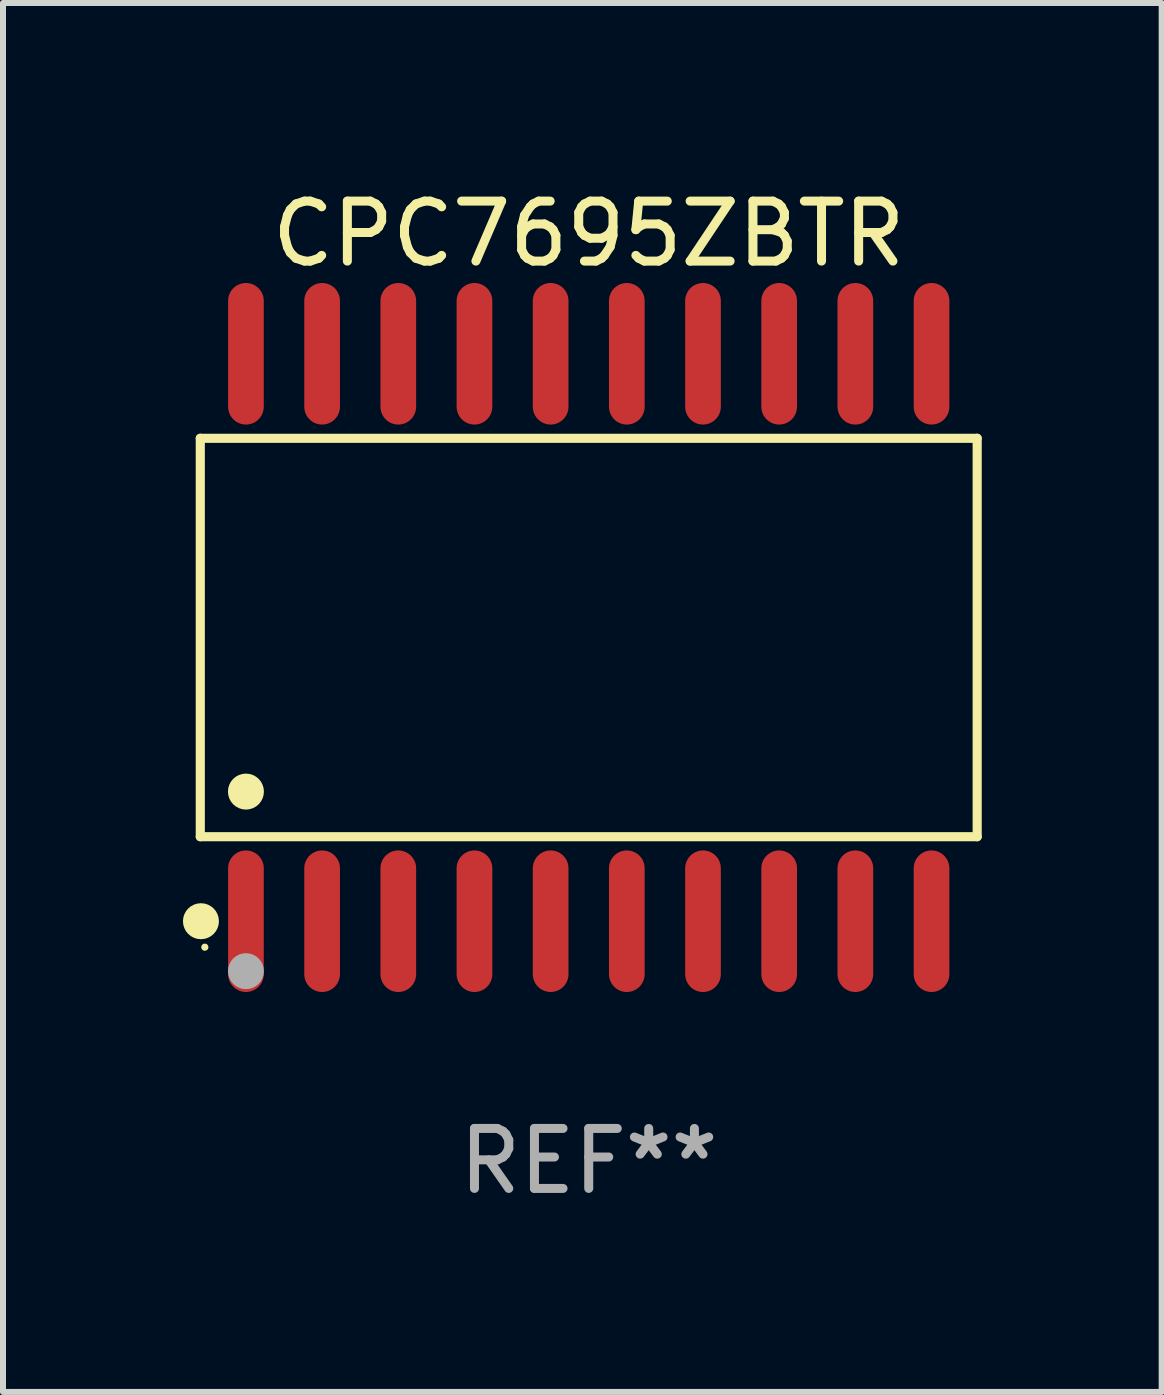
<source format=kicad_pcb>
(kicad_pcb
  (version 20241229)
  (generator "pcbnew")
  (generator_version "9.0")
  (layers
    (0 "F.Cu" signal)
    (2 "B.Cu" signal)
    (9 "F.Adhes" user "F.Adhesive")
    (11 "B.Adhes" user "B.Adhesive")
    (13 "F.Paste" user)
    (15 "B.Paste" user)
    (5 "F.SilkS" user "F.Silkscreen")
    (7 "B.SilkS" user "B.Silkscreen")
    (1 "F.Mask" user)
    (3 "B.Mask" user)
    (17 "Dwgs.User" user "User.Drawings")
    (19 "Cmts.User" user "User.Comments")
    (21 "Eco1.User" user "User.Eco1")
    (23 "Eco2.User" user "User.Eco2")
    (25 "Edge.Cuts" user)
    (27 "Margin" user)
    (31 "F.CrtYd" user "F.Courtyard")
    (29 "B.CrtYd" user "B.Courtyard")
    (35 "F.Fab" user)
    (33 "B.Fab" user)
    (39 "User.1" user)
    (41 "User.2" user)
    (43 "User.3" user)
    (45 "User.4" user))
  (footprint "CPC7695ZBTR"
    (layer "F.Cu")
    (at 6.765 7.578)
    (property "Reference" "CPC7695ZBTR" (at 0 -6.73 0) (layer "F.SilkS") (effects (font (size 1 1) (thickness 0.15))))
    (attr through_hole)
    (fp_line (start -6.476 -3.321) (end 6.476 -3.321) (stroke (width 0.152) (type solid)) (layer "F.SilkS"))
    (fp_line (start -6.476 3.321) (end -6.476 -3.321) (stroke (width 0.152) (type solid)) (layer "F.SilkS"))
    (fp_line (start 6.476 -3.321) (end 6.476 3.321) (stroke (width 0.152) (type solid)) (layer "F.SilkS"))
    (fp_line (start 6.476 3.321) (end -6.476 3.321) (stroke (width 0.152) (type solid)) (layer "F.SilkS"))
    (fp_circle (center -6.465 4.73) (end -6.315 4.73) (stroke (width 0.3) (type solid)) (fill no) (layer "F.SilkS"))
    (fp_circle (center -6.4 5.163) (end -6.37 5.163) (stroke (width 0.06) (type solid)) (fill no) (layer "F.SilkS"))
    (fp_circle (center -5.715 2.569) (end -5.565 2.569) (stroke (width 0.3) (type solid)) (fill no) (layer "F.SilkS"))
    (fp_circle (center -5.715 5.563) (end -5.565 5.563) (stroke (width 0.3) (type solid)) (fill no) (layer "F.Fab"))
    (fp_text user "REF**" (at 0 8.73 0) (layer "F.Fab") (effects (font (size 1 1) (thickness 0.15))))
    (pad "1" smd oval (at -5.715 4.73) (size 0.595 2.36) (layers "F.Cu" "F.Mask" "F.Paste"))
    (pad "2" smd oval (at -4.445 4.73) (size 0.595 2.36) (layers "F.Cu" "F.Mask" "F.Paste"))
    (pad "3" smd oval (at -3.175 4.73) (size 0.595 2.36) (layers "F.Cu" "F.Mask" "F.Paste"))
    (pad "4" smd oval (at -1.905 4.73) (size 0.595 2.36) (layers "F.Cu" "F.Mask" "F.Paste"))
    (pad "5" smd oval (at -0.635 4.73) (size 0.595 2.36) (layers "F.Cu" "F.Mask" "F.Paste"))
    (pad "6" smd oval (at 0.635 4.73) (size 0.595 2.36) (layers "F.Cu" "F.Mask" "F.Paste"))
    (pad "7" smd oval (at 1.905 4.73) (size 0.595 2.36) (layers "F.Cu" "F.Mask" "F.Paste"))
    (pad "8" smd oval (at 3.175 4.73) (size 0.595 2.36) (layers "F.Cu" "F.Mask" "F.Paste"))
    (pad "9" smd oval (at 4.445 4.73) (size 0.595 2.36) (layers "F.Cu" "F.Mask" "F.Paste"))
    (pad "10" smd oval (at 5.715 4.73) (size 0.595 2.36) (layers "F.Cu" "F.Mask" "F.Paste"))
    (pad "11" smd oval (at 5.715 -4.73) (size 0.595 2.36) (layers "F.Cu" "F.Mask" "F.Paste"))
    (pad "12" smd oval (at 4.445 -4.73) (size 0.595 2.36) (layers "F.Cu" "F.Mask" "F.Paste"))
    (pad "13" smd oval (at 3.175 -4.73) (size 0.595 2.36) (layers "F.Cu" "F.Mask" "F.Paste"))
    (pad "14" smd oval (at 1.905 -4.73) (size 0.595 2.36) (layers "F.Cu" "F.Mask" "F.Paste"))
    (pad "15" smd oval (at 0.635 -4.73) (size 0.595 2.36) (layers "F.Cu" "F.Mask" "F.Paste"))
    (pad "16" smd oval (at -0.635 -4.73) (size 0.595 2.36) (layers "F.Cu" "F.Mask" "F.Paste"))
    (pad "17" smd oval (at -1.905 -4.73) (size 0.595 2.36) (layers "F.Cu" "F.Mask" "F.Paste"))
    (pad "18" smd oval (at -3.175 -4.73) (size 0.595 2.36) (layers "F.Cu" "F.Mask" "F.Paste"))
    (pad "19" smd oval (at -4.445 -4.73) (size 0.595 2.36) (layers "F.Cu" "F.Mask" "F.Paste"))
    (pad "20" smd oval (at -5.715 -4.73) (size 0.595 2.36) (layers "F.Cu" "F.Mask" "F.Paste")))
  (gr_rect
    (start -3 -3)
    (end 16.317 20.156)
    (stroke (width 0.1) (type default))
    (fill no)
    (layer "Edge.Cuts")))
</source>
